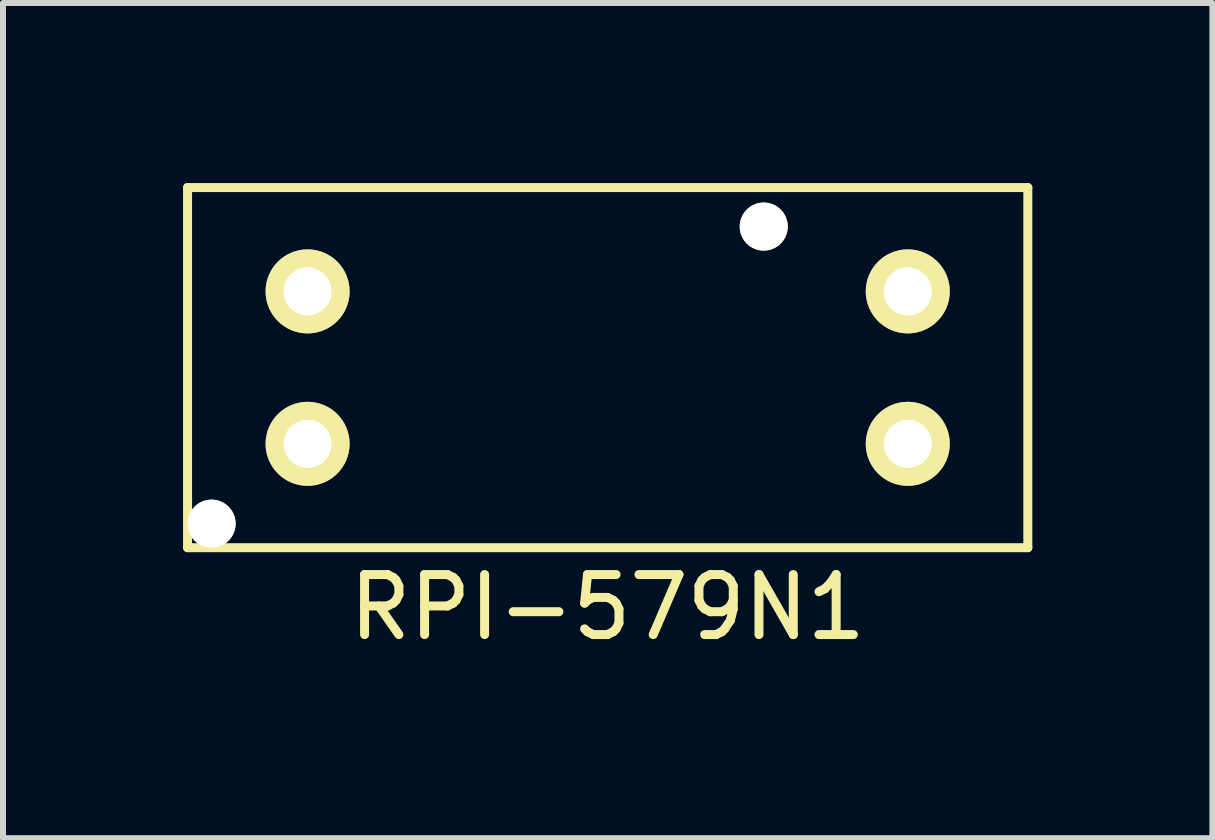
<source format=kicad_pcb>
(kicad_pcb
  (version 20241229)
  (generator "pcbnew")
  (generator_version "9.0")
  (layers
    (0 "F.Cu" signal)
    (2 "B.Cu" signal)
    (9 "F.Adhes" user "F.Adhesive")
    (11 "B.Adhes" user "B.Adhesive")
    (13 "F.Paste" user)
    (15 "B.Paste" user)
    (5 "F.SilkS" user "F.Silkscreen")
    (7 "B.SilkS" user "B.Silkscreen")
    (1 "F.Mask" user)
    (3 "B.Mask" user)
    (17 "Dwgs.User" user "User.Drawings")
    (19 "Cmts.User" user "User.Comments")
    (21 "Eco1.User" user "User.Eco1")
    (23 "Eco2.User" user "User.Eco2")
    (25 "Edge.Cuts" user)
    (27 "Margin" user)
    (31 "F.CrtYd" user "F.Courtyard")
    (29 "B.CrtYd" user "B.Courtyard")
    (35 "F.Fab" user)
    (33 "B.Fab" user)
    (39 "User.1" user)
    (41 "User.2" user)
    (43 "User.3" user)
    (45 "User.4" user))
  (footprint "RPI-579N1"
    (layer "F.Cu")
    (at 7.075 3.075)
    (property "Reference" "RPI-579N1" (at -0.003 3.993 0) (layer "F.SilkS") (effects (font (size 1 1) (thickness 0.15))))
    (attr through_hole)
    (fp_line (start -7 -3) (end 7 -3) (stroke (width 0.15) (type solid)) (layer "F.SilkS"))
    (fp_line (start -7 3) (end -7 -3) (stroke (width 0.15) (type solid)) (layer "F.SilkS"))
    (fp_line (start 7 -3) (end 7 3) (stroke (width 0.15) (type solid)) (layer "F.SilkS"))
    (fp_line (start 7 3) (end -7 3) (stroke (width 0.15) (type solid)) (layer "F.SilkS"))
    (pad "" np_thru_hole circle (at -6.6 2.6) (size 0.8 0.8) (drill 0.8) (layers "*.Cu" "*.Mask" "F.SilkS"))
    (pad "" np_thru_hole circle (at 2.6 -2.35) (size 0.8 0.8) (drill 0.8) (layers "*.Cu" "*.Mask" "F.SilkS"))
    (pad "1" thru_hole circle (at 5 1.27) (size 1.4 1.4) (drill 0.8) (layers "*.Cu" "*.Mask" "F.SilkS"))
    (pad "2" thru_hole circle (at 5 -1.27) (size 1.4 1.4) (drill 0.8) (layers "*.Cu" "*.Mask" "F.SilkS"))
    (pad "3" thru_hole circle (at -5 -1.27) (size 1.4 1.4) (drill 0.8) (layers "*.Cu" "*.Mask" "F.SilkS"))
    (pad "4" thru_hole circle (at -5 1.27) (size 1.4 1.4) (drill 0.8) (layers "*.Cu" "*.Mask" "F.SilkS")))
  (gr_rect
    (start -3 -3)
    (end 17.15 10.916)
    (stroke (width 0.1) (type default))
    (fill no)
    (layer "Edge.Cuts")))
</source>
